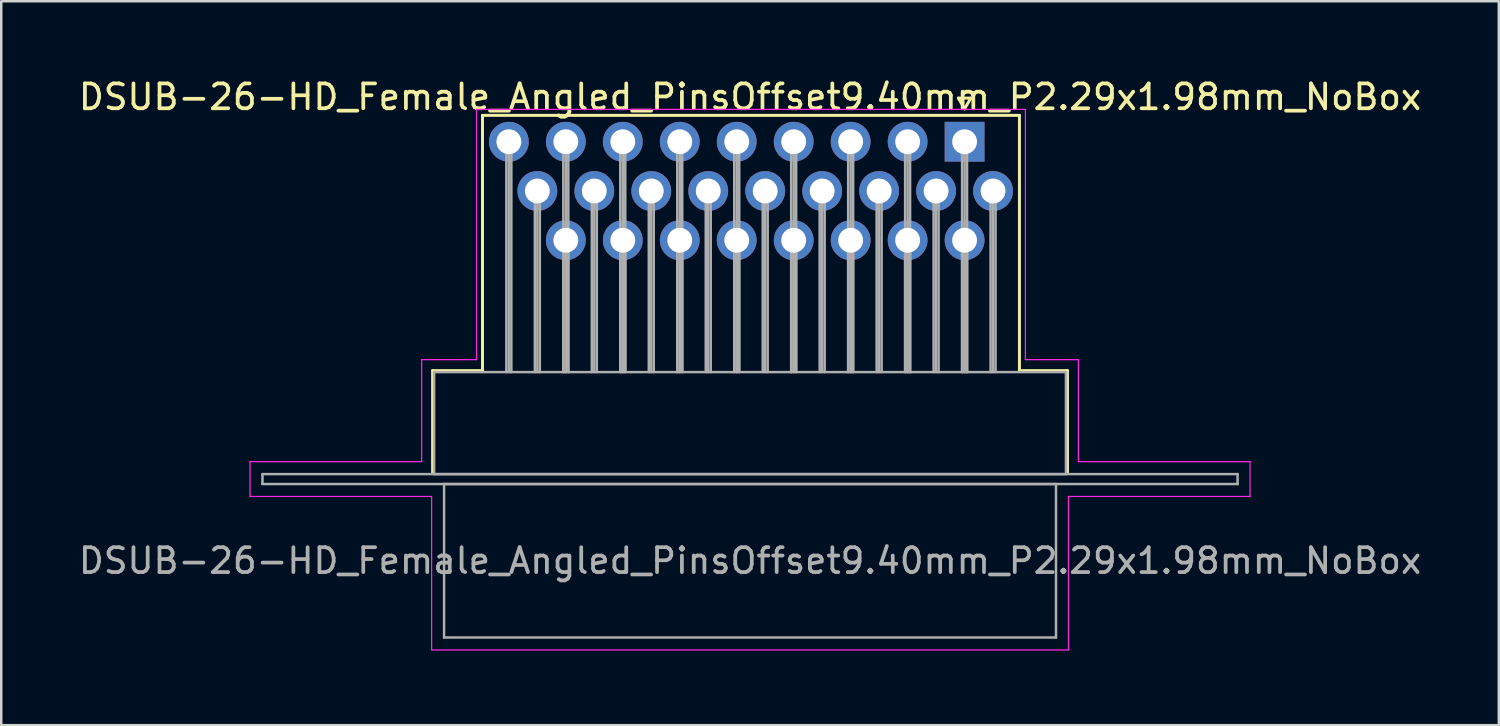
<source format=kicad_pcb>
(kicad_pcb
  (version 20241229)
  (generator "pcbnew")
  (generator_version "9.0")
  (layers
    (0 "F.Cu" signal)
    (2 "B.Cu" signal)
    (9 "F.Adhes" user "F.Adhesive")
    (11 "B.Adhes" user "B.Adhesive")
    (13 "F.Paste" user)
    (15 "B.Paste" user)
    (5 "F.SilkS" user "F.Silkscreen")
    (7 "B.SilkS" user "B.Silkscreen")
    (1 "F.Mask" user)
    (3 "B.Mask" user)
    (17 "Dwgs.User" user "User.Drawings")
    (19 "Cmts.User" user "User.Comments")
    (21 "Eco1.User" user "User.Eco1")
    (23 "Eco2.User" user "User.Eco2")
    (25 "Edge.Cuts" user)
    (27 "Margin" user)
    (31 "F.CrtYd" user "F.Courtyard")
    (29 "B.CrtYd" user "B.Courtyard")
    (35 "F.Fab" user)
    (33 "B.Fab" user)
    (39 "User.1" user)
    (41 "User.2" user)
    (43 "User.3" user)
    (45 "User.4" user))
  (footprint "DSUB-26-HD_Female_Angled_PinsOffset9.40mm_P2.29x1.98mm_NoBox"
    (layer "F.Cu")
    (at 35.726 2.648)
    (property "Reference" "DSUB-26-HD_Female_Angled_PinsOffset9.40mm_P2.29x1.98mm_NoBox" (at -8.625 -1.8 0) (layer "F.SilkS") (effects (font (size 1 1) (thickness 0.15))))
    (attr through_hole)
    (fp_line (start -21.385 9.2) (end -19.38 9.2) (stroke (width 0.12) (type solid)) (layer "F.SilkS"))
    (fp_line (start -21.385 13.3) (end -21.385 9.2) (stroke (width 0.12) (type solid)) (layer "F.SilkS"))
    (fp_line (start -19.38 -1.06) (end 2.205 -1.06) (stroke (width 0.12) (type solid)) (layer "F.SilkS"))
    (fp_line (start -19.38 9.2) (end -19.38 -1.06) (stroke (width 0.12) (type solid)) (layer "F.SilkS"))
    (fp_line (start -0.25 -1.754) (end 0.25 -1.754) (stroke (width 0.12) (type solid)) (layer "F.SilkS"))
    (fp_line (start 0 -1.321) (end -0.25 -1.754) (stroke (width 0.12) (type solid)) (layer "F.SilkS"))
    (fp_line (start 0.25 -1.754) (end 0 -1.321) (stroke (width 0.12) (type solid)) (layer "F.SilkS"))
    (fp_line (start 2.205 -1.06) (end 2.205 9.2) (stroke (width 0.12) (type solid)) (layer "F.SilkS"))
    (fp_line (start 2.205 9.2) (end 4.135 9.2) (stroke (width 0.12) (type solid)) (layer "F.SilkS"))
    (fp_line (start 4.135 9.2) (end 4.135 13.3) (stroke (width 0.12) (type solid)) (layer "F.SilkS"))
    (fp_line (start -28.725 12.86) (end -21.825 12.86) (stroke (width 0.05) (type solid)) (layer "F.CrtYd"))
    (fp_line (start -28.725 14.26) (end -28.725 12.86) (stroke (width 0.05) (type solid)) (layer "F.CrtYd"))
    (fp_line (start -21.825 8.76) (end -19.62 8.76) (stroke (width 0.05) (type solid)) (layer "F.CrtYd"))
    (fp_line (start -21.825 12.86) (end -21.825 8.76) (stroke (width 0.05) (type solid)) (layer "F.CrtYd"))
    (fp_line (start -21.425 14.26) (end -28.725 14.26) (stroke (width 0.05) (type solid)) (layer "F.CrtYd"))
    (fp_line (start -21.425 20.43) (end -21.425 14.26) (stroke (width 0.05) (type solid)) (layer "F.CrtYd"))
    (fp_line (start -19.62 -1.3) (end 2.445 -1.3) (stroke (width 0.05) (type solid)) (layer "F.CrtYd"))
    (fp_line (start -19.62 8.76) (end -19.62 -1.3) (stroke (width 0.05) (type solid)) (layer "F.CrtYd"))
    (fp_line (start 2.445 -1.3) (end 2.445 8.76) (stroke (width 0.05) (type solid)) (layer "F.CrtYd"))
    (fp_line (start 2.445 8.76) (end 4.575 8.76) (stroke (width 0.05) (type solid)) (layer "F.CrtYd"))
    (fp_line (start 4.175 14.26) (end 4.175 20.43) (stroke (width 0.05) (type solid)) (layer "F.CrtYd"))
    (fp_line (start 4.175 20.43) (end -21.425 20.43) (stroke (width 0.05) (type solid)) (layer "F.CrtYd"))
    (fp_line (start 4.575 8.76) (end 4.575 12.86) (stroke (width 0.05) (type solid)) (layer "F.CrtYd"))
    (fp_line (start 4.575 12.86) (end 11.475 12.86) (stroke (width 0.05) (type solid)) (layer "F.CrtYd"))
    (fp_line (start 11.475 12.86) (end 11.475 14.26) (stroke (width 0.05) (type solid)) (layer "F.CrtYd"))
    (fp_line (start 11.475 14.26) (end 4.175 14.26) (stroke (width 0.05) (type solid)) (layer "F.CrtYd"))
    (fp_line (start -28.225 13.36) (end -28.225 13.76) (stroke (width 0.1) (type solid)) (layer "F.Fab"))
    (fp_line (start -28.225 13.76) (end 10.975 13.76) (stroke (width 0.1) (type solid)) (layer "F.Fab"))
    (fp_line (start -21.325 9.26) (end -21.325 13.36) (stroke (width 0.1) (type solid)) (layer "F.Fab"))
    (fp_line (start -21.325 13.36) (end 4.075 13.36) (stroke (width 0.1) (type solid)) (layer "F.Fab"))
    (fp_line (start -20.925 13.76) (end -20.925 19.93) (stroke (width 0.1) (type solid)) (layer "F.Fab"))
    (fp_line (start -20.925 19.93) (end 3.675 19.93) (stroke (width 0.1) (type solid)) (layer "F.Fab"))
    (fp_line (start -18.42 0) (end -18.42 9.26) (stroke (width 0.1) (type solid)) (layer "F.Fab"))
    (fp_line (start -18.32 0) (end -18.32 9.26) (stroke (width 0.1) (type solid)) (layer "F.Fab"))
    (fp_line (start -18.22 0) (end -18.22 9.26) (stroke (width 0.1) (type solid)) (layer "F.Fab"))
    (fp_line (start -17.275 1.98) (end -17.275 9.26) (stroke (width 0.1) (type solid)) (layer "F.Fab"))
    (fp_line (start -17.175 1.98) (end -17.175 9.26) (stroke (width 0.1) (type solid)) (layer "F.Fab"))
    (fp_line (start -17.075 1.98) (end -17.075 9.26) (stroke (width 0.1) (type solid)) (layer "F.Fab"))
    (fp_line (start -16.13 0) (end -16.13 9.26) (stroke (width 0.1) (type solid)) (layer "F.Fab"))
    (fp_line (start -16.13 3.96) (end -16.13 9.26) (stroke (width 0.1) (type solid)) (layer "F.Fab"))
    (fp_line (start -16.03 0) (end -16.03 9.26) (stroke (width 0.1) (type solid)) (layer "F.Fab"))
    (fp_line (start -16.03 3.96) (end -16.03 9.26) (stroke (width 0.1) (type solid)) (layer "F.Fab"))
    (fp_line (start -15.93 0) (end -15.93 9.26) (stroke (width 0.1) (type solid)) (layer "F.Fab"))
    (fp_line (start -15.93 3.96) (end -15.93 9.26) (stroke (width 0.1) (type solid)) (layer "F.Fab"))
    (fp_line (start -14.985 1.98) (end -14.985 9.26) (stroke (width 0.1) (type solid)) (layer "F.Fab"))
    (fp_line (start -14.885 1.98) (end -14.885 9.26) (stroke (width 0.1) (type solid)) (layer "F.Fab"))
    (fp_line (start -14.785 1.98) (end -14.785 9.26) (stroke (width 0.1) (type solid)) (layer "F.Fab"))
    (fp_line (start -13.84 0) (end -13.84 9.26) (stroke (width 0.1) (type solid)) (layer "F.Fab"))
    (fp_line (start -13.84 3.96) (end -13.84 9.26) (stroke (width 0.1) (type solid)) (layer "F.Fab"))
    (fp_line (start -13.74 0) (end -13.74 9.26) (stroke (width 0.1) (type solid)) (layer "F.Fab"))
    (fp_line (start -13.74 3.96) (end -13.74 9.26) (stroke (width 0.1) (type solid)) (layer "F.Fab"))
    (fp_line (start -13.64 0) (end -13.64 9.26) (stroke (width 0.1) (type solid)) (layer "F.Fab"))
    (fp_line (start -13.64 3.96) (end -13.64 9.26) (stroke (width 0.1) (type solid)) (layer "F.Fab"))
    (fp_line (start -12.695 1.98) (end -12.695 9.26) (stroke (width 0.1) (type solid)) (layer "F.Fab"))
    (fp_line (start -12.595 1.98) (end -12.595 9.26) (stroke (width 0.1) (type solid)) (layer "F.Fab"))
    (fp_line (start -12.495 1.98) (end -12.495 9.26) (stroke (width 0.1) (type solid)) (layer "F.Fab"))
    (fp_line (start -11.55 0) (end -11.55 9.26) (stroke (width 0.1) (type solid)) (layer "F.Fab"))
    (fp_line (start -11.55 3.96) (end -11.55 9.26) (stroke (width 0.1) (type solid)) (layer "F.Fab"))
    (fp_line (start -11.45 0) (end -11.45 9.26) (stroke (width 0.1) (type solid)) (layer "F.Fab"))
    (fp_line (start -11.45 3.96) (end -11.45 9.26) (stroke (width 0.1) (type solid)) (layer "F.Fab"))
    (fp_line (start -11.35 0) (end -11.35 9.26) (stroke (width 0.1) (type solid)) (layer "F.Fab"))
    (fp_line (start -11.35 3.96) (end -11.35 9.26) (stroke (width 0.1) (type solid)) (layer "F.Fab"))
    (fp_line (start -10.405 1.98) (end -10.405 9.26) (stroke (width 0.1) (type solid)) (layer "F.Fab"))
    (fp_line (start -10.305 1.98) (end -10.305 9.26) (stroke (width 0.1) (type solid)) (layer "F.Fab"))
    (fp_line (start -10.205 1.98) (end -10.205 9.26) (stroke (width 0.1) (type solid)) (layer "F.Fab"))
    (fp_line (start -9.26 0) (end -9.26 9.26) (stroke (width 0.1) (type solid)) (layer "F.Fab"))
    (fp_line (start -9.26 3.96) (end -9.26 9.26) (stroke (width 0.1) (type solid)) (layer "F.Fab"))
    (fp_line (start -9.16 0) (end -9.16 9.26) (stroke (width 0.1) (type solid)) (layer "F.Fab"))
    (fp_line (start -9.16 3.96) (end -9.16 9.26) (stroke (width 0.1) (type solid)) (layer "F.Fab"))
    (fp_line (start -9.06 0) (end -9.06 9.26) (stroke (width 0.1) (type solid)) (layer "F.Fab"))
    (fp_line (start -9.06 3.96) (end -9.06 9.26) (stroke (width 0.1) (type solid)) (layer "F.Fab"))
    (fp_line (start -8.115 1.98) (end -8.115 9.26) (stroke (width 0.1) (type solid)) (layer "F.Fab"))
    (fp_line (start -8.015 1.98) (end -8.015 9.26) (stroke (width 0.1) (type solid)) (layer "F.Fab"))
    (fp_line (start -7.915 1.98) (end -7.915 9.26) (stroke (width 0.1) (type solid)) (layer "F.Fab"))
    (fp_line (start -6.97 0) (end -6.97 9.26) (stroke (width 0.1) (type solid)) (layer "F.Fab"))
    (fp_line (start -6.97 3.96) (end -6.97 9.26) (stroke (width 0.1) (type solid)) (layer "F.Fab"))
    (fp_line (start -6.87 0) (end -6.87 9.26) (stroke (width 0.1) (type solid)) (layer "F.Fab"))
    (fp_line (start -6.87 3.96) (end -6.87 9.26) (stroke (width 0.1) (type solid)) (layer "F.Fab"))
    (fp_line (start -6.77 0) (end -6.77 9.26) (stroke (width 0.1) (type solid)) (layer "F.Fab"))
    (fp_line (start -6.77 3.96) (end -6.77 9.26) (stroke (width 0.1) (type solid)) (layer "F.Fab"))
    (fp_line (start -5.825 1.98) (end -5.825 9.26) (stroke (width 0.1) (type solid)) (layer "F.Fab"))
    (fp_line (start -5.725 1.98) (end -5.725 9.26) (stroke (width 0.1) (type solid)) (layer "F.Fab"))
    (fp_line (start -5.625 1.98) (end -5.625 9.26) (stroke (width 0.1) (type solid)) (layer "F.Fab"))
    (fp_line (start -4.68 0) (end -4.68 9.26) (stroke (width 0.1) (type solid)) (layer "F.Fab"))
    (fp_line (start -4.68 3.96) (end -4.68 9.26) (stroke (width 0.1) (type solid)) (layer "F.Fab"))
    (fp_line (start -4.58 0) (end -4.58 9.26) (stroke (width 0.1) (type solid)) (layer "F.Fab"))
    (fp_line (start -4.58 3.96) (end -4.58 9.26) (stroke (width 0.1) (type solid)) (layer "F.Fab"))
    (fp_line (start -4.48 0) (end -4.48 9.26) (stroke (width 0.1) (type solid)) (layer "F.Fab"))
    (fp_line (start -4.48 3.96) (end -4.48 9.26) (stroke (width 0.1) (type solid)) (layer "F.Fab"))
    (fp_line (start -3.535 1.98) (end -3.535 9.26) (stroke (width 0.1) (type solid)) (layer "F.Fab"))
    (fp_line (start -3.435 1.98) (end -3.435 9.26) (stroke (width 0.1) (type solid)) (layer "F.Fab"))
    (fp_line (start -3.335 1.98) (end -3.335 9.26) (stroke (width 0.1) (type solid)) (layer "F.Fab"))
    (fp_line (start -2.39 0) (end -2.39 9.26) (stroke (width 0.1) (type solid)) (layer "F.Fab"))
    (fp_line (start -2.39 3.96) (end -2.39 9.26) (stroke (width 0.1) (type solid)) (layer "F.Fab"))
    (fp_line (start -2.29 0) (end -2.29 9.26) (stroke (width 0.1) (type solid)) (layer "F.Fab"))
    (fp_line (start -2.29 3.96) (end -2.29 9.26) (stroke (width 0.1) (type solid)) (layer "F.Fab"))
    (fp_line (start -2.19 0) (end -2.19 9.26) (stroke (width 0.1) (type solid)) (layer "F.Fab"))
    (fp_line (start -2.19 3.96) (end -2.19 9.26) (stroke (width 0.1) (type solid)) (layer "F.Fab"))
    (fp_line (start -1.245 1.98) (end -1.245 9.26) (stroke (width 0.1) (type solid)) (layer "F.Fab"))
    (fp_line (start -1.145 1.98) (end -1.145 9.26) (stroke (width 0.1) (type solid)) (layer "F.Fab"))
    (fp_line (start -1.045 1.98) (end -1.045 9.26) (stroke (width 0.1) (type solid)) (layer "F.Fab"))
    (fp_line (start -0.1 0) (end -0.1 9.26) (stroke (width 0.1) (type solid)) (layer "F.Fab"))
    (fp_line (start -0.1 3.96) (end -0.1 9.26) (stroke (width 0.1) (type solid)) (layer "F.Fab"))
    (fp_line (start 0 0) (end 0 9.26) (stroke (width 0.1) (type solid)) (layer "F.Fab"))
    (fp_line (start 0 3.96) (end 0 9.26) (stroke (width 0.1) (type solid)) (layer "F.Fab"))
    (fp_line (start 0.1 0) (end 0.1 9.26) (stroke (width 0.1) (type solid)) (layer "F.Fab"))
    (fp_line (start 0.1 3.96) (end 0.1 9.26) (stroke (width 0.1) (type solid)) (layer "F.Fab"))
    (fp_line (start 1.045 1.98) (end 1.045 9.26) (stroke (width 0.1) (type solid)) (layer "F.Fab"))
    (fp_line (start 1.145 1.98) (end 1.145 9.26) (stroke (width 0.1) (type solid)) (layer "F.Fab"))
    (fp_line (start 1.245 1.98) (end 1.245 9.26) (stroke (width 0.1) (type solid)) (layer "F.Fab"))
    (fp_line (start 3.675 13.76) (end -20.925 13.76) (stroke (width 0.1) (type solid)) (layer "F.Fab"))
    (fp_line (start 3.675 19.93) (end 3.675 13.76) (stroke (width 0.1) (type solid)) (layer "F.Fab"))
    (fp_line (start 4.075 9.26) (end -21.325 9.26) (stroke (width 0.1) (type solid)) (layer "F.Fab"))
    (fp_line (start 4.075 13.36) (end 4.075 9.26) (stroke (width 0.1) (type solid)) (layer "F.Fab"))
    (fp_line (start 10.975 13.36) (end -28.225 13.36) (stroke (width 0.1) (type solid)) (layer "F.Fab"))
    (fp_line (start 10.975 13.76) (end 10.975 13.36) (stroke (width 0.1) (type solid)) (layer "F.Fab"))
    (fp_text user "${REFERENCE}" (at -8.625 16.845 0) (layer "F.Fab") (effects (font (size 1 1) (thickness 0.15))))
    (pad "1" thru_hole rect (at 0 0) (size 1.6 1.6) (drill 1) (layers "*.Cu" "*.Mask"))
    (pad "2" thru_hole circle (at -2.29 0) (size 1.6 1.6) (drill 1) (layers "*.Cu" "*.Mask"))
    (pad "3" thru_hole circle (at -4.58 0) (size 1.6 1.6) (drill 1) (layers "*.Cu" "*.Mask"))
    (pad "4" thru_hole circle (at -6.87 0) (size 1.6 1.6) (drill 1) (layers "*.Cu" "*.Mask"))
    (pad "5" thru_hole circle (at -9.16 0) (size 1.6 1.6) (drill 1) (layers "*.Cu" "*.Mask"))
    (pad "6" thru_hole circle (at -11.45 0) (size 1.6 1.6) (drill 1) (layers "*.Cu" "*.Mask"))
    (pad "7" thru_hole circle (at -13.74 0) (size 1.6 1.6) (drill 1) (layers "*.Cu" "*.Mask"))
    (pad "8" thru_hole circle (at -16.03 0) (size 1.6 1.6) (drill 1) (layers "*.Cu" "*.Mask"))
    (pad "9" thru_hole circle (at -18.32 0) (size 1.6 1.6) (drill 1) (layers "*.Cu" "*.Mask"))
    (pad "10" thru_hole circle (at 1.145 1.98) (size 1.6 1.6) (drill 1) (layers "*.Cu" "*.Mask"))
    (pad "11" thru_hole circle (at -1.145 1.98) (size 1.6 1.6) (drill 1) (layers "*.Cu" "*.Mask"))
    (pad "12" thru_hole circle (at -3.435 1.98) (size 1.6 1.6) (drill 1) (layers "*.Cu" "*.Mask"))
    (pad "13" thru_hole circle (at -5.725 1.98) (size 1.6 1.6) (drill 1) (layers "*.Cu" "*.Mask"))
    (pad "14" thru_hole circle (at -8.015 1.98) (size 1.6 1.6) (drill 1) (layers "*.Cu" "*.Mask"))
    (pad "15" thru_hole circle (at -10.305 1.98) (size 1.6 1.6) (drill 1) (layers "*.Cu" "*.Mask"))
    (pad "16" thru_hole circle (at -12.595 1.98) (size 1.6 1.6) (drill 1) (layers "*.Cu" "*.Mask"))
    (pad "17" thru_hole circle (at -14.885 1.98) (size 1.6 1.6) (drill 1) (layers "*.Cu" "*.Mask"))
    (pad "18" thru_hole circle (at -17.175 1.98) (size 1.6 1.6) (drill 1) (layers "*.Cu" "*.Mask"))
    (pad "19" thru_hole circle (at 0 3.96) (size 1.6 1.6) (drill 1) (layers "*.Cu" "*.Mask"))
    (pad "20" thru_hole circle (at -2.29 3.96) (size 1.6 1.6) (drill 1) (layers "*.Cu" "*.Mask"))
    (pad "21" thru_hole circle (at -4.58 3.96) (size 1.6 1.6) (drill 1) (layers "*.Cu" "*.Mask"))
    (pad "22" thru_hole circle (at -6.87 3.96) (size 1.6 1.6) (drill 1) (layers "*.Cu" "*.Mask"))
    (pad "23" thru_hole circle (at -9.16 3.96) (size 1.6 1.6) (drill 1) (layers "*.Cu" "*.Mask"))
    (pad "24" thru_hole circle (at -11.45 3.96) (size 1.6 1.6) (drill 1) (layers "*.Cu" "*.Mask"))
    (pad "25" thru_hole circle (at -13.74 3.96) (size 1.6 1.6) (drill 1) (layers "*.Cu" "*.Mask"))
    (pad "26" thru_hole circle (at -16.03 3.96) (size 1.6 1.6) (drill 1) (layers "*.Cu" "*.Mask")))
  (gr_rect
    (start -3 -3)
    (end 57.202 26.103)
    (stroke (width 0.1) (type default))
    (fill no)
    (layer "Edge.Cuts")))
</source>
